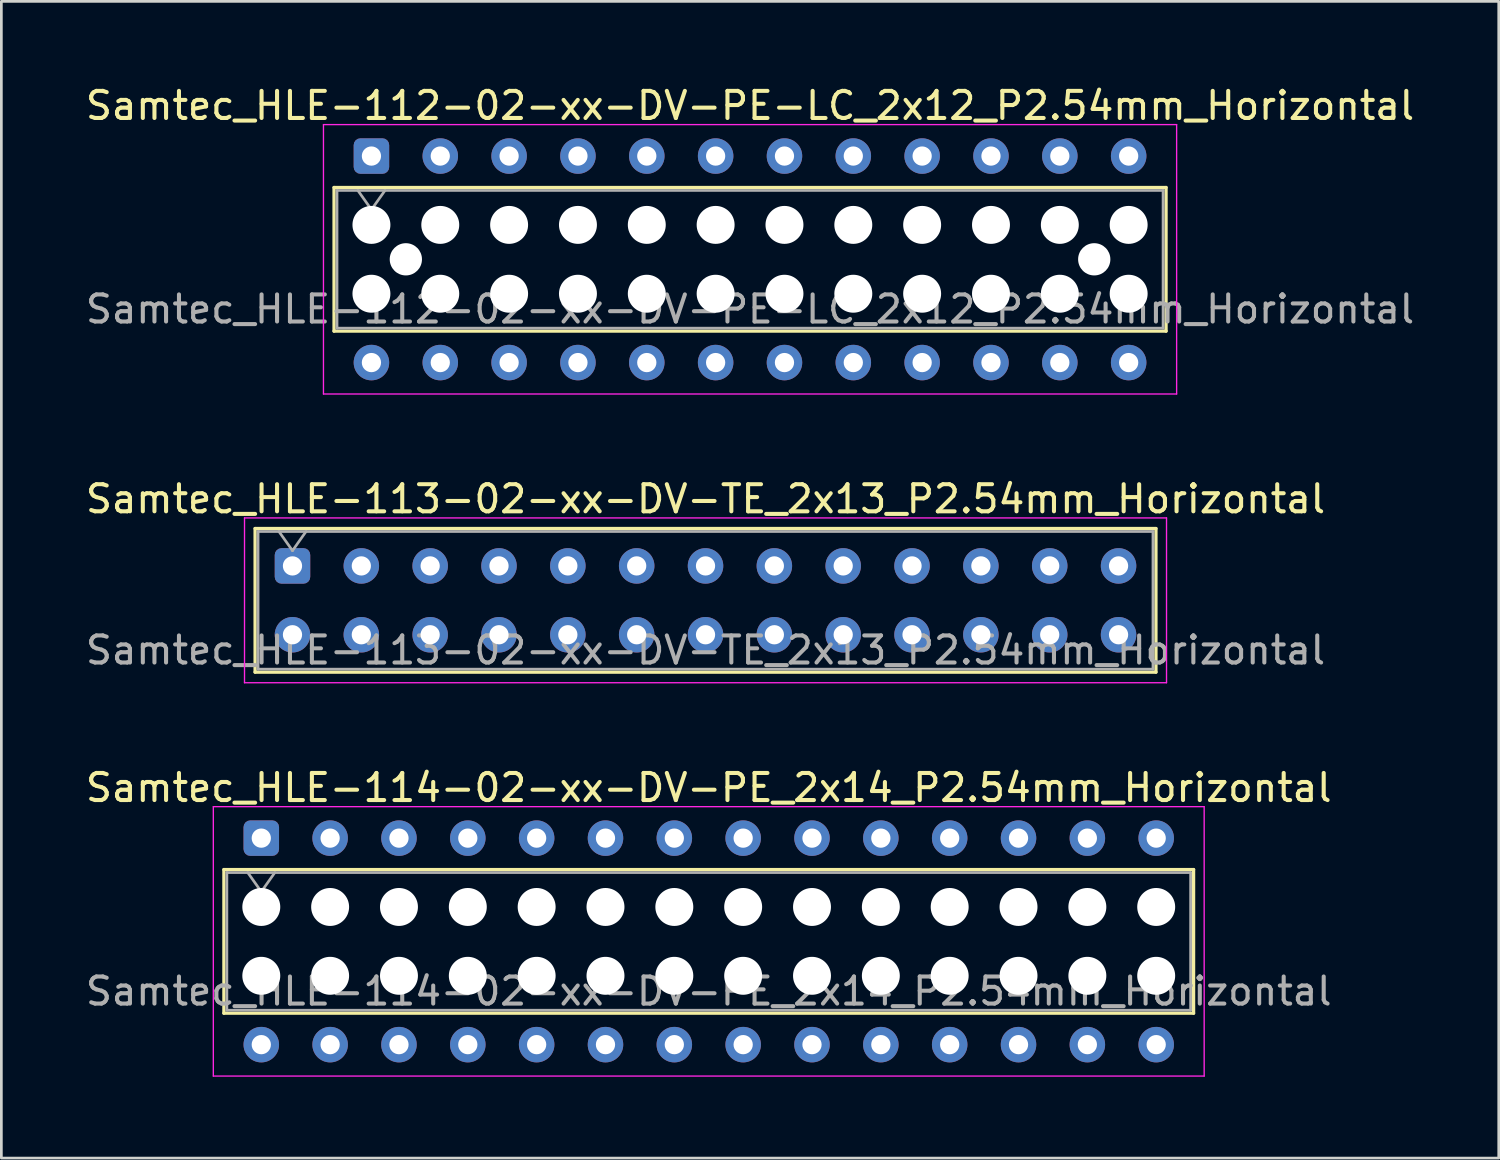
<source format=kicad_pcb>
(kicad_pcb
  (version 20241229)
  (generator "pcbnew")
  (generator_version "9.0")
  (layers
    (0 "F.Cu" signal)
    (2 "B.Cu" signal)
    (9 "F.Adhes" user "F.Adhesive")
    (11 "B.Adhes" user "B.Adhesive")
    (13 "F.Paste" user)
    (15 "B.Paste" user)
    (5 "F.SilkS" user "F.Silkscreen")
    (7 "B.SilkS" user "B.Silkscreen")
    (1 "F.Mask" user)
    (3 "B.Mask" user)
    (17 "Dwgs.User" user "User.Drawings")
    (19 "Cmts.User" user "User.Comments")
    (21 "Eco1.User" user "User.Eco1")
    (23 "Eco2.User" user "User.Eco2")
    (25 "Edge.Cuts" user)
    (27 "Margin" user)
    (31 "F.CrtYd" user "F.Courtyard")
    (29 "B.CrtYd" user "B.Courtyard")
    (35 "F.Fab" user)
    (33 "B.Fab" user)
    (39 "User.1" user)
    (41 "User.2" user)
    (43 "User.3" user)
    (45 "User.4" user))
  (footprint "Samtec_HLE-113-02-xx-DV-TE_2x13_P2.54mm_Horizontal"
    (layer "F.Cu")
    (at 7.742 17.831)
    (property "Reference" "Samtec_HLE-113-02-xx-DV-TE_2x13_P2.54mm_Horizontal" (at 15.24 -2.47 0) (layer "F.SilkS") (effects (font (size 1 1) (thickness 0.15))))
    (attr through_hole)
    (fp_line (start -1.38 -1.38) (end 31.86 -1.38) (stroke (width 0.12) (type solid)) (layer "F.SilkS"))
    (fp_line (start -1.38 3.92) (end -1.38 -1.38) (stroke (width 0.12) (type solid)) (layer "F.SilkS"))
    (fp_line (start 31.86 -1.38) (end 31.86 3.92) (stroke (width 0.12) (type solid)) (layer "F.SilkS"))
    (fp_line (start 31.86 3.92) (end -1.38 3.92) (stroke (width 0.12) (type solid)) (layer "F.SilkS"))
    (fp_line (start -1.77 -1.77) (end 32.25 -1.77) (stroke (width 0.05) (type solid)) (layer "F.CrtYd"))
    (fp_line (start -1.77 4.31) (end -1.77 -1.77) (stroke (width 0.05) (type solid)) (layer "F.CrtYd"))
    (fp_line (start 32.25 -1.77) (end 32.25 4.31) (stroke (width 0.05) (type solid)) (layer "F.CrtYd"))
    (fp_line (start 32.25 4.31) (end -1.77 4.31) (stroke (width 0.05) (type solid)) (layer "F.CrtYd"))
    (fp_line (start -1.27 -1.27) (end 31.75 -1.27) (stroke (width 0.1) (type solid)) (layer "F.Fab"))
    (fp_line (start -1.27 3.81) (end -1.27 -1.27) (stroke (width 0.1) (type solid)) (layer "F.Fab"))
    (fp_line (start -0.5 -1.27) (end 0 -0.563) (stroke (width 0.1) (type solid)) (layer "F.Fab"))
    (fp_line (start 0 -0.563) (end 0.5 -1.27) (stroke (width 0.1) (type solid)) (layer "F.Fab"))
    (fp_line (start 31.75 -1.27) (end 31.75 3.81) (stroke (width 0.1) (type solid)) (layer "F.Fab"))
    (fp_line (start 31.75 3.81) (end -1.27 3.81) (stroke (width 0.1) (type solid)) (layer "F.Fab"))
    (fp_text user "${REFERENCE}" (at 15.24 3.11 0) (layer "F.Fab") (effects (font (size 1 1) (thickness 0.15))))
    (pad "1" thru_hole roundrect (at 0 0) (size 1.31 1.31) (drill 0.71) (layers "*.Cu" "*.Mask") (roundrect_rratio 0.191))
    (pad "2" thru_hole circle (at 0 2.54) (size 1.31 1.31) (drill 0.71) (layers "*.Cu" "*.Mask"))
    (pad "3" thru_hole circle (at 2.54 0) (size 1.31 1.31) (drill 0.71) (layers "*.Cu" "*.Mask"))
    (pad "4" thru_hole circle (at 2.54 2.54) (size 1.31 1.31) (drill 0.71) (layers "*.Cu" "*.Mask"))
    (pad "5" thru_hole circle (at 5.08 0) (size 1.31 1.31) (drill 0.71) (layers "*.Cu" "*.Mask"))
    (pad "6" thru_hole circle (at 5.08 2.54) (size 1.31 1.31) (drill 0.71) (layers "*.Cu" "*.Mask"))
    (pad "7" thru_hole circle (at 7.62 0) (size 1.31 1.31) (drill 0.71) (layers "*.Cu" "*.Mask"))
    (pad "8" thru_hole circle (at 7.62 2.54) (size 1.31 1.31) (drill 0.71) (layers "*.Cu" "*.Mask"))
    (pad "9" thru_hole circle (at 10.16 0) (size 1.31 1.31) (drill 0.71) (layers "*.Cu" "*.Mask"))
    (pad "10" thru_hole circle (at 10.16 2.54) (size 1.31 1.31) (drill 0.71) (layers "*.Cu" "*.Mask"))
    (pad "11" thru_hole circle (at 12.7 0) (size 1.31 1.31) (drill 0.71) (layers "*.Cu" "*.Mask"))
    (pad "12" thru_hole circle (at 12.7 2.54) (size 1.31 1.31) (drill 0.71) (layers "*.Cu" "*.Mask"))
    (pad "13" thru_hole circle (at 15.24 0) (size 1.31 1.31) (drill 0.71) (layers "*.Cu" "*.Mask"))
    (pad "14" thru_hole circle (at 15.24 2.54) (size 1.31 1.31) (drill 0.71) (layers "*.Cu" "*.Mask"))
    (pad "15" thru_hole circle (at 17.78 0) (size 1.31 1.31) (drill 0.71) (layers "*.Cu" "*.Mask"))
    (pad "16" thru_hole circle (at 17.78 2.54) (size 1.31 1.31) (drill 0.71) (layers "*.Cu" "*.Mask"))
    (pad "17" thru_hole circle (at 20.32 0) (size 1.31 1.31) (drill 0.71) (layers "*.Cu" "*.Mask"))
    (pad "18" thru_hole circle (at 20.32 2.54) (size 1.31 1.31) (drill 0.71) (layers "*.Cu" "*.Mask"))
    (pad "19" thru_hole circle (at 22.86 0) (size 1.31 1.31) (drill 0.71) (layers "*.Cu" "*.Mask"))
    (pad "20" thru_hole circle (at 22.86 2.54) (size 1.31 1.31) (drill 0.71) (layers "*.Cu" "*.Mask"))
    (pad "21" thru_hole circle (at 25.4 0) (size 1.31 1.31) (drill 0.71) (layers "*.Cu" "*.Mask"))
    (pad "22" thru_hole circle (at 25.4 2.54) (size 1.31 1.31) (drill 0.71) (layers "*.Cu" "*.Mask"))
    (pad "23" thru_hole circle (at 27.94 0) (size 1.31 1.31) (drill 0.71) (layers "*.Cu" "*.Mask"))
    (pad "24" thru_hole circle (at 27.94 2.54) (size 1.31 1.31) (drill 0.71) (layers "*.Cu" "*.Mask"))
    (pad "25" thru_hole circle (at 30.48 0) (size 1.31 1.31) (drill 0.71) (layers "*.Cu" "*.Mask"))
    (pad "26" thru_hole circle (at 30.48 2.54) (size 1.31 1.31) (drill 0.71) (layers "*.Cu" "*.Mask")))
  (footprint "Samtec_HLE-114-02-xx-DV-PE_2x14_P2.54mm_Horizontal"
    (layer "F.Cu")
    (at 6.591 27.875)
    (property "Reference" "Samtec_HLE-114-02-xx-DV-PE_2x14_P2.54mm_Horizontal" (at 16.51 -1.86 0) (layer "F.SilkS") (effects (font (size 1 1) (thickness 0.15))))
    (attr through_hole)
    (fp_line (start -1.38 1.16) (end 34.4 1.16) (stroke (width 0.12) (type solid)) (layer "F.SilkS"))
    (fp_line (start -1.38 6.46) (end -1.38 1.16) (stroke (width 0.12) (type solid)) (layer "F.SilkS"))
    (fp_line (start 34.4 1.16) (end 34.4 6.46) (stroke (width 0.12) (type solid)) (layer "F.SilkS"))
    (fp_line (start 34.4 6.46) (end -1.38 6.46) (stroke (width 0.12) (type solid)) (layer "F.SilkS"))
    (fp_line (start -1.77 -1.16) (end 34.79 -1.16) (stroke (width 0.05) (type solid)) (layer "F.CrtYd"))
    (fp_line (start -1.77 8.78) (end -1.77 -1.16) (stroke (width 0.05) (type solid)) (layer "F.CrtYd"))
    (fp_line (start 34.79 -1.16) (end 34.79 8.78) (stroke (width 0.05) (type solid)) (layer "F.CrtYd"))
    (fp_line (start 34.79 8.78) (end -1.77 8.78) (stroke (width 0.05) (type solid)) (layer "F.CrtYd"))
    (fp_line (start -1.27 1.27) (end 34.29 1.27) (stroke (width 0.1) (type solid)) (layer "F.Fab"))
    (fp_line (start -1.27 6.35) (end -1.27 1.27) (stroke (width 0.1) (type solid)) (layer "F.Fab"))
    (fp_line (start -0.5 1.27) (end 0 1.977) (stroke (width 0.1) (type solid)) (layer "F.Fab"))
    (fp_line (start 0 1.977) (end 0.5 1.27) (stroke (width 0.1) (type solid)) (layer "F.Fab"))
    (fp_line (start 34.29 1.27) (end 34.29 6.35) (stroke (width 0.1) (type solid)) (layer "F.Fab"))
    (fp_line (start 34.29 6.35) (end -1.27 6.35) (stroke (width 0.1) (type solid)) (layer "F.Fab"))
    (fp_text user "${REFERENCE}" (at 16.51 5.65 0) (layer "F.Fab") (effects (font (size 1 1) (thickness 0.15))))
    (pad "" np_thru_hole circle (at 0 2.54) (size 1.4 1.4) (drill 1.4) (layers "*.Cu" "*.Mask"))
    (pad "" np_thru_hole circle (at 0 5.08) (size 1.4 1.4) (drill 1.4) (layers "*.Cu" "*.Mask"))
    (pad "" np_thru_hole circle (at 2.54 2.54) (size 1.4 1.4) (drill 1.4) (layers "*.Cu" "*.Mask"))
    (pad "" np_thru_hole circle (at 2.54 5.08) (size 1.4 1.4) (drill 1.4) (layers "*.Cu" "*.Mask"))
    (pad "" np_thru_hole circle (at 5.08 2.54) (size 1.4 1.4) (drill 1.4) (layers "*.Cu" "*.Mask"))
    (pad "" np_thru_hole circle (at 5.08 5.08) (size 1.4 1.4) (drill 1.4) (layers "*.Cu" "*.Mask"))
    (pad "" np_thru_hole circle (at 7.62 2.54) (size 1.4 1.4) (drill 1.4) (layers "*.Cu" "*.Mask"))
    (pad "" np_thru_hole circle (at 7.62 5.08) (size 1.4 1.4) (drill 1.4) (layers "*.Cu" "*.Mask"))
    (pad "" np_thru_hole circle (at 10.16 2.54) (size 1.4 1.4) (drill 1.4) (layers "*.Cu" "*.Mask"))
    (pad "" np_thru_hole circle (at 10.16 5.08) (size 1.4 1.4) (drill 1.4) (layers "*.Cu" "*.Mask"))
    (pad "" np_thru_hole circle (at 12.7 2.54) (size 1.4 1.4) (drill 1.4) (layers "*.Cu" "*.Mask"))
    (pad "" np_thru_hole circle (at 12.7 5.08) (size 1.4 1.4) (drill 1.4) (layers "*.Cu" "*.Mask"))
    (pad "" np_thru_hole circle (at 15.24 2.54) (size 1.4 1.4) (drill 1.4) (layers "*.Cu" "*.Mask"))
    (pad "" np_thru_hole circle (at 15.24 5.08) (size 1.4 1.4) (drill 1.4) (layers "*.Cu" "*.Mask"))
    (pad "" np_thru_hole circle (at 17.78 2.54) (size 1.4 1.4) (drill 1.4) (layers "*.Cu" "*.Mask"))
    (pad "" np_thru_hole circle (at 17.78 5.08) (size 1.4 1.4) (drill 1.4) (layers "*.Cu" "*.Mask"))
    (pad "" np_thru_hole circle (at 20.32 2.54) (size 1.4 1.4) (drill 1.4) (layers "*.Cu" "*.Mask"))
    (pad "" np_thru_hole circle (at 20.32 5.08) (size 1.4 1.4) (drill 1.4) (layers "*.Cu" "*.Mask"))
    (pad "" np_thru_hole circle (at 22.86 2.54) (size 1.4 1.4) (drill 1.4) (layers "*.Cu" "*.Mask"))
    (pad "" np_thru_hole circle (at 22.86 5.08) (size 1.4 1.4) (drill 1.4) (layers "*.Cu" "*.Mask"))
    (pad "" np_thru_hole circle (at 25.4 2.54) (size 1.4 1.4) (drill 1.4) (layers "*.Cu" "*.Mask"))
    (pad "" np_thru_hole circle (at 25.4 5.08) (size 1.4 1.4) (drill 1.4) (layers "*.Cu" "*.Mask"))
    (pad "" np_thru_hole circle (at 27.94 2.54) (size 1.4 1.4) (drill 1.4) (layers "*.Cu" "*.Mask"))
    (pad "" np_thru_hole circle (at 27.94 5.08) (size 1.4 1.4) (drill 1.4) (layers "*.Cu" "*.Mask"))
    (pad "" np_thru_hole circle (at 30.48 2.54) (size 1.4 1.4) (drill 1.4) (layers "*.Cu" "*.Mask"))
    (pad "" np_thru_hole circle (at 30.48 5.08) (size 1.4 1.4) (drill 1.4) (layers "*.Cu" "*.Mask"))
    (pad "" np_thru_hole circle (at 33.02 2.54) (size 1.4 1.4) (drill 1.4) (layers "*.Cu" "*.Mask"))
    (pad "" np_thru_hole circle (at 33.02 5.08) (size 1.4 1.4) (drill 1.4) (layers "*.Cu" "*.Mask"))
    (pad "1" thru_hole roundrect (at 0 0) (size 1.31 1.31) (drill 0.71) (layers "*.Cu" "*.Mask") (roundrect_rratio 0.191))
    (pad "2" thru_hole circle (at 0 7.62) (size 1.31 1.31) (drill 0.71) (layers "*.Cu" "*.Mask"))
    (pad "3" thru_hole circle (at 2.54 0) (size 1.31 1.31) (drill 0.71) (layers "*.Cu" "*.Mask"))
    (pad "4" thru_hole circle (at 2.54 7.62) (size 1.31 1.31) (drill 0.71) (layers "*.Cu" "*.Mask"))
    (pad "5" thru_hole circle (at 5.08 0) (size 1.31 1.31) (drill 0.71) (layers "*.Cu" "*.Mask"))
    (pad "6" thru_hole circle (at 5.08 7.62) (size 1.31 1.31) (drill 0.71) (layers "*.Cu" "*.Mask"))
    (pad "7" thru_hole circle (at 7.62 0) (size 1.31 1.31) (drill 0.71) (layers "*.Cu" "*.Mask"))
    (pad "8" thru_hole circle (at 7.62 7.62) (size 1.31 1.31) (drill 0.71) (layers "*.Cu" "*.Mask"))
    (pad "9" thru_hole circle (at 10.16 0) (size 1.31 1.31) (drill 0.71) (layers "*.Cu" "*.Mask"))
    (pad "10" thru_hole circle (at 10.16 7.62) (size 1.31 1.31) (drill 0.71) (layers "*.Cu" "*.Mask"))
    (pad "11" thru_hole circle (at 12.7 0) (size 1.31 1.31) (drill 0.71) (layers "*.Cu" "*.Mask"))
    (pad "12" thru_hole circle (at 12.7 7.62) (size 1.31 1.31) (drill 0.71) (layers "*.Cu" "*.Mask"))
    (pad "13" thru_hole circle (at 15.24 0) (size 1.31 1.31) (drill 0.71) (layers "*.Cu" "*.Mask"))
    (pad "14" thru_hole circle (at 15.24 7.62) (size 1.31 1.31) (drill 0.71) (layers "*.Cu" "*.Mask"))
    (pad "15" thru_hole circle (at 17.78 0) (size 1.31 1.31) (drill 0.71) (layers "*.Cu" "*.Mask"))
    (pad "16" thru_hole circle (at 17.78 7.62) (size 1.31 1.31) (drill 0.71) (layers "*.Cu" "*.Mask"))
    (pad "17" thru_hole circle (at 20.32 0) (size 1.31 1.31) (drill 0.71) (layers "*.Cu" "*.Mask"))
    (pad "18" thru_hole circle (at 20.32 7.62) (size 1.31 1.31) (drill 0.71) (layers "*.Cu" "*.Mask"))
    (pad "19" thru_hole circle (at 22.86 0) (size 1.31 1.31) (drill 0.71) (layers "*.Cu" "*.Mask"))
    (pad "20" thru_hole circle (at 22.86 7.62) (size 1.31 1.31) (drill 0.71) (layers "*.Cu" "*.Mask"))
    (pad "21" thru_hole circle (at 25.4 0) (size 1.31 1.31) (drill 0.71) (layers "*.Cu" "*.Mask"))
    (pad "22" thru_hole circle (at 25.4 7.62) (size 1.31 1.31) (drill 0.71) (layers "*.Cu" "*.Mask"))
    (pad "23" thru_hole circle (at 27.94 0) (size 1.31 1.31) (drill 0.71) (layers "*.Cu" "*.Mask"))
    (pad "24" thru_hole circle (at 27.94 7.62) (size 1.31 1.31) (drill 0.71) (layers "*.Cu" "*.Mask"))
    (pad "25" thru_hole circle (at 30.48 0) (size 1.31 1.31) (drill 0.71) (layers "*.Cu" "*.Mask"))
    (pad "26" thru_hole circle (at 30.48 7.62) (size 1.31 1.31) (drill 0.71) (layers "*.Cu" "*.Mask"))
    (pad "27" thru_hole circle (at 33.02 0) (size 1.31 1.31) (drill 0.71) (layers "*.Cu" "*.Mask"))
    (pad "28" thru_hole circle (at 33.02 7.62) (size 1.31 1.31) (drill 0.71) (layers "*.Cu" "*.Mask")))
  (footprint "Samtec_HLE-112-02-xx-DV-PE-LC_2x12_P2.54mm_Horizontal"
    (layer "F.Cu")
    (at 10.655 2.708)
    (property "Reference" "Samtec_HLE-112-02-xx-DV-PE-LC_2x12_P2.54mm_Horizontal" (at 13.97 -1.86 0) (layer "F.SilkS") (effects (font (size 1 1) (thickness 0.15))))
    (attr through_hole)
    (fp_line (start -1.38 1.16) (end 29.32 1.16) (stroke (width 0.12) (type solid)) (layer "F.SilkS"))
    (fp_line (start -1.38 6.46) (end -1.38 1.16) (stroke (width 0.12) (type solid)) (layer "F.SilkS"))
    (fp_line (start 29.32 1.16) (end 29.32 6.46) (stroke (width 0.12) (type solid)) (layer "F.SilkS"))
    (fp_line (start 29.32 6.46) (end -1.38 6.46) (stroke (width 0.12) (type solid)) (layer "F.SilkS"))
    (fp_line (start -1.77 -1.16) (end 29.71 -1.16) (stroke (width 0.05) (type solid)) (layer "F.CrtYd"))
    (fp_line (start -1.77 8.78) (end -1.77 -1.16) (stroke (width 0.05) (type solid)) (layer "F.CrtYd"))
    (fp_line (start 29.71 -1.16) (end 29.71 8.78) (stroke (width 0.05) (type solid)) (layer "F.CrtYd"))
    (fp_line (start 29.71 8.78) (end -1.77 8.78) (stroke (width 0.05) (type solid)) (layer "F.CrtYd"))
    (fp_line (start -1.27 1.27) (end 29.21 1.27) (stroke (width 0.1) (type solid)) (layer "F.Fab"))
    (fp_line (start -1.27 6.35) (end -1.27 1.27) (stroke (width 0.1) (type solid)) (layer "F.Fab"))
    (fp_line (start -0.5 1.27) (end 0 1.977) (stroke (width 0.1) (type solid)) (layer "F.Fab"))
    (fp_line (start 0 1.977) (end 0.5 1.27) (stroke (width 0.1) (type solid)) (layer "F.Fab"))
    (fp_line (start 29.21 1.27) (end 29.21 6.35) (stroke (width 0.1) (type solid)) (layer "F.Fab"))
    (fp_line (start 29.21 6.35) (end -1.27 6.35) (stroke (width 0.1) (type solid)) (layer "F.Fab"))
    (fp_text user "${REFERENCE}" (at 13.97 5.65 0) (layer "F.Fab") (effects (font (size 1 1) (thickness 0.15))))
    (pad "" np_thru_hole circle (at 0 2.54) (size 1.4 1.4) (drill 1.4) (layers "*.Cu" "*.Mask"))
    (pad "" np_thru_hole circle (at 0 5.08) (size 1.4 1.4) (drill 1.4) (layers "*.Cu" "*.Mask"))
    (pad "" np_thru_hole circle (at 1.27 3.81) (size 1.19 1.19) (drill 1.19) (layers "*.Cu" "*.Mask"))
    (pad "" np_thru_hole circle (at 2.54 2.54) (size 1.4 1.4) (drill 1.4) (layers "*.Cu" "*.Mask"))
    (pad "" np_thru_hole circle (at 2.54 5.08) (size 1.4 1.4) (drill 1.4) (layers "*.Cu" "*.Mask"))
    (pad "" np_thru_hole circle (at 5.08 2.54) (size 1.4 1.4) (drill 1.4) (layers "*.Cu" "*.Mask"))
    (pad "" np_thru_hole circle (at 5.08 5.08) (size 1.4 1.4) (drill 1.4) (layers "*.Cu" "*.Mask"))
    (pad "" np_thru_hole circle (at 7.62 2.54) (size 1.4 1.4) (drill 1.4) (layers "*.Cu" "*.Mask"))
    (pad "" np_thru_hole circle (at 7.62 5.08) (size 1.4 1.4) (drill 1.4) (layers "*.Cu" "*.Mask"))
    (pad "" np_thru_hole circle (at 10.16 2.54) (size 1.4 1.4) (drill 1.4) (layers "*.Cu" "*.Mask"))
    (pad "" np_thru_hole circle (at 10.16 5.08) (size 1.4 1.4) (drill 1.4) (layers "*.Cu" "*.Mask"))
    (pad "" np_thru_hole circle (at 12.7 2.54) (size 1.4 1.4) (drill 1.4) (layers "*.Cu" "*.Mask"))
    (pad "" np_thru_hole circle (at 12.7 5.08) (size 1.4 1.4) (drill 1.4) (layers "*.Cu" "*.Mask"))
    (pad "" np_thru_hole circle (at 15.24 2.54) (size 1.4 1.4) (drill 1.4) (layers "*.Cu" "*.Mask"))
    (pad "" np_thru_hole circle (at 15.24 5.08) (size 1.4 1.4) (drill 1.4) (layers "*.Cu" "*.Mask"))
    (pad "" np_thru_hole circle (at 17.78 2.54) (size 1.4 1.4) (drill 1.4) (layers "*.Cu" "*.Mask"))
    (pad "" np_thru_hole circle (at 17.78 5.08) (size 1.4 1.4) (drill 1.4) (layers "*.Cu" "*.Mask"))
    (pad "" np_thru_hole circle (at 20.32 2.54) (size 1.4 1.4) (drill 1.4) (layers "*.Cu" "*.Mask"))
    (pad "" np_thru_hole circle (at 20.32 5.08) (size 1.4 1.4) (drill 1.4) (layers "*.Cu" "*.Mask"))
    (pad "" np_thru_hole circle (at 22.86 2.54) (size 1.4 1.4) (drill 1.4) (layers "*.Cu" "*.Mask"))
    (pad "" np_thru_hole circle (at 22.86 5.08) (size 1.4 1.4) (drill 1.4) (layers "*.Cu" "*.Mask"))
    (pad "" np_thru_hole circle (at 25.4 2.54) (size 1.4 1.4) (drill 1.4) (layers "*.Cu" "*.Mask"))
    (pad "" np_thru_hole circle (at 25.4 5.08) (size 1.4 1.4) (drill 1.4) (layers "*.Cu" "*.Mask"))
    (pad "" np_thru_hole circle (at 26.67 3.81) (size 1.19 1.19) (drill 1.19) (layers "*.Cu" "*.Mask"))
    (pad "" np_thru_hole circle (at 27.94 2.54) (size 1.4 1.4) (drill 1.4) (layers "*.Cu" "*.Mask"))
    (pad "" np_thru_hole circle (at 27.94 5.08) (size 1.4 1.4) (drill 1.4) (layers "*.Cu" "*.Mask"))
    (pad "1" thru_hole roundrect (at 0 0) (size 1.31 1.31) (drill 0.71) (layers "*.Cu" "*.Mask") (roundrect_rratio 0.191))
    (pad "2" thru_hole circle (at 0 7.62) (size 1.31 1.31) (drill 0.71) (layers "*.Cu" "*.Mask"))
    (pad "3" thru_hole circle (at 2.54 0) (size 1.31 1.31) (drill 0.71) (layers "*.Cu" "*.Mask"))
    (pad "4" thru_hole circle (at 2.54 7.62) (size 1.31 1.31) (drill 0.71) (layers "*.Cu" "*.Mask"))
    (pad "5" thru_hole circle (at 5.08 0) (size 1.31 1.31) (drill 0.71) (layers "*.Cu" "*.Mask"))
    (pad "6" thru_hole circle (at 5.08 7.62) (size 1.31 1.31) (drill 0.71) (layers "*.Cu" "*.Mask"))
    (pad "7" thru_hole circle (at 7.62 0) (size 1.31 1.31) (drill 0.71) (layers "*.Cu" "*.Mask"))
    (pad "8" thru_hole circle (at 7.62 7.62) (size 1.31 1.31) (drill 0.71) (layers "*.Cu" "*.Mask"))
    (pad "9" thru_hole circle (at 10.16 0) (size 1.31 1.31) (drill 0.71) (layers "*.Cu" "*.Mask"))
    (pad "10" thru_hole circle (at 10.16 7.62) (size 1.31 1.31) (drill 0.71) (layers "*.Cu" "*.Mask"))
    (pad "11" thru_hole circle (at 12.7 0) (size 1.31 1.31) (drill 0.71) (layers "*.Cu" "*.Mask"))
    (pad "12" thru_hole circle (at 12.7 7.62) (size 1.31 1.31) (drill 0.71) (layers "*.Cu" "*.Mask"))
    (pad "13" thru_hole circle (at 15.24 0) (size 1.31 1.31) (drill 0.71) (layers "*.Cu" "*.Mask"))
    (pad "14" thru_hole circle (at 15.24 7.62) (size 1.31 1.31) (drill 0.71) (layers "*.Cu" "*.Mask"))
    (pad "15" thru_hole circle (at 17.78 0) (size 1.31 1.31) (drill 0.71) (layers "*.Cu" "*.Mask"))
    (pad "16" thru_hole circle (at 17.78 7.62) (size 1.31 1.31) (drill 0.71) (layers "*.Cu" "*.Mask"))
    (pad "17" thru_hole circle (at 20.32 0) (size 1.31 1.31) (drill 0.71) (layers "*.Cu" "*.Mask"))
    (pad "18" thru_hole circle (at 20.32 7.62) (size 1.31 1.31) (drill 0.71) (layers "*.Cu" "*.Mask"))
    (pad "19" thru_hole circle (at 22.86 0) (size 1.31 1.31) (drill 0.71) (layers "*.Cu" "*.Mask"))
    (pad "20" thru_hole circle (at 22.86 7.62) (size 1.31 1.31) (drill 0.71) (layers "*.Cu" "*.Mask"))
    (pad "21" thru_hole circle (at 25.4 0) (size 1.31 1.31) (drill 0.71) (layers "*.Cu" "*.Mask"))
    (pad "22" thru_hole circle (at 25.4 7.62) (size 1.31 1.31) (drill 0.71) (layers "*.Cu" "*.Mask"))
    (pad "23" thru_hole circle (at 27.94 0) (size 1.31 1.31) (drill 0.71) (layers "*.Cu" "*.Mask"))
    (pad "24" thru_hole circle (at 27.94 7.62) (size 1.31 1.31) (drill 0.71) (layers "*.Cu" "*.Mask")))
  (gr_rect
    (start -3 -3)
    (end 52.25 39.68)
    (stroke (width 0.1) (type default))
    (fill no)
    (layer "Edge.Cuts")))
</source>
